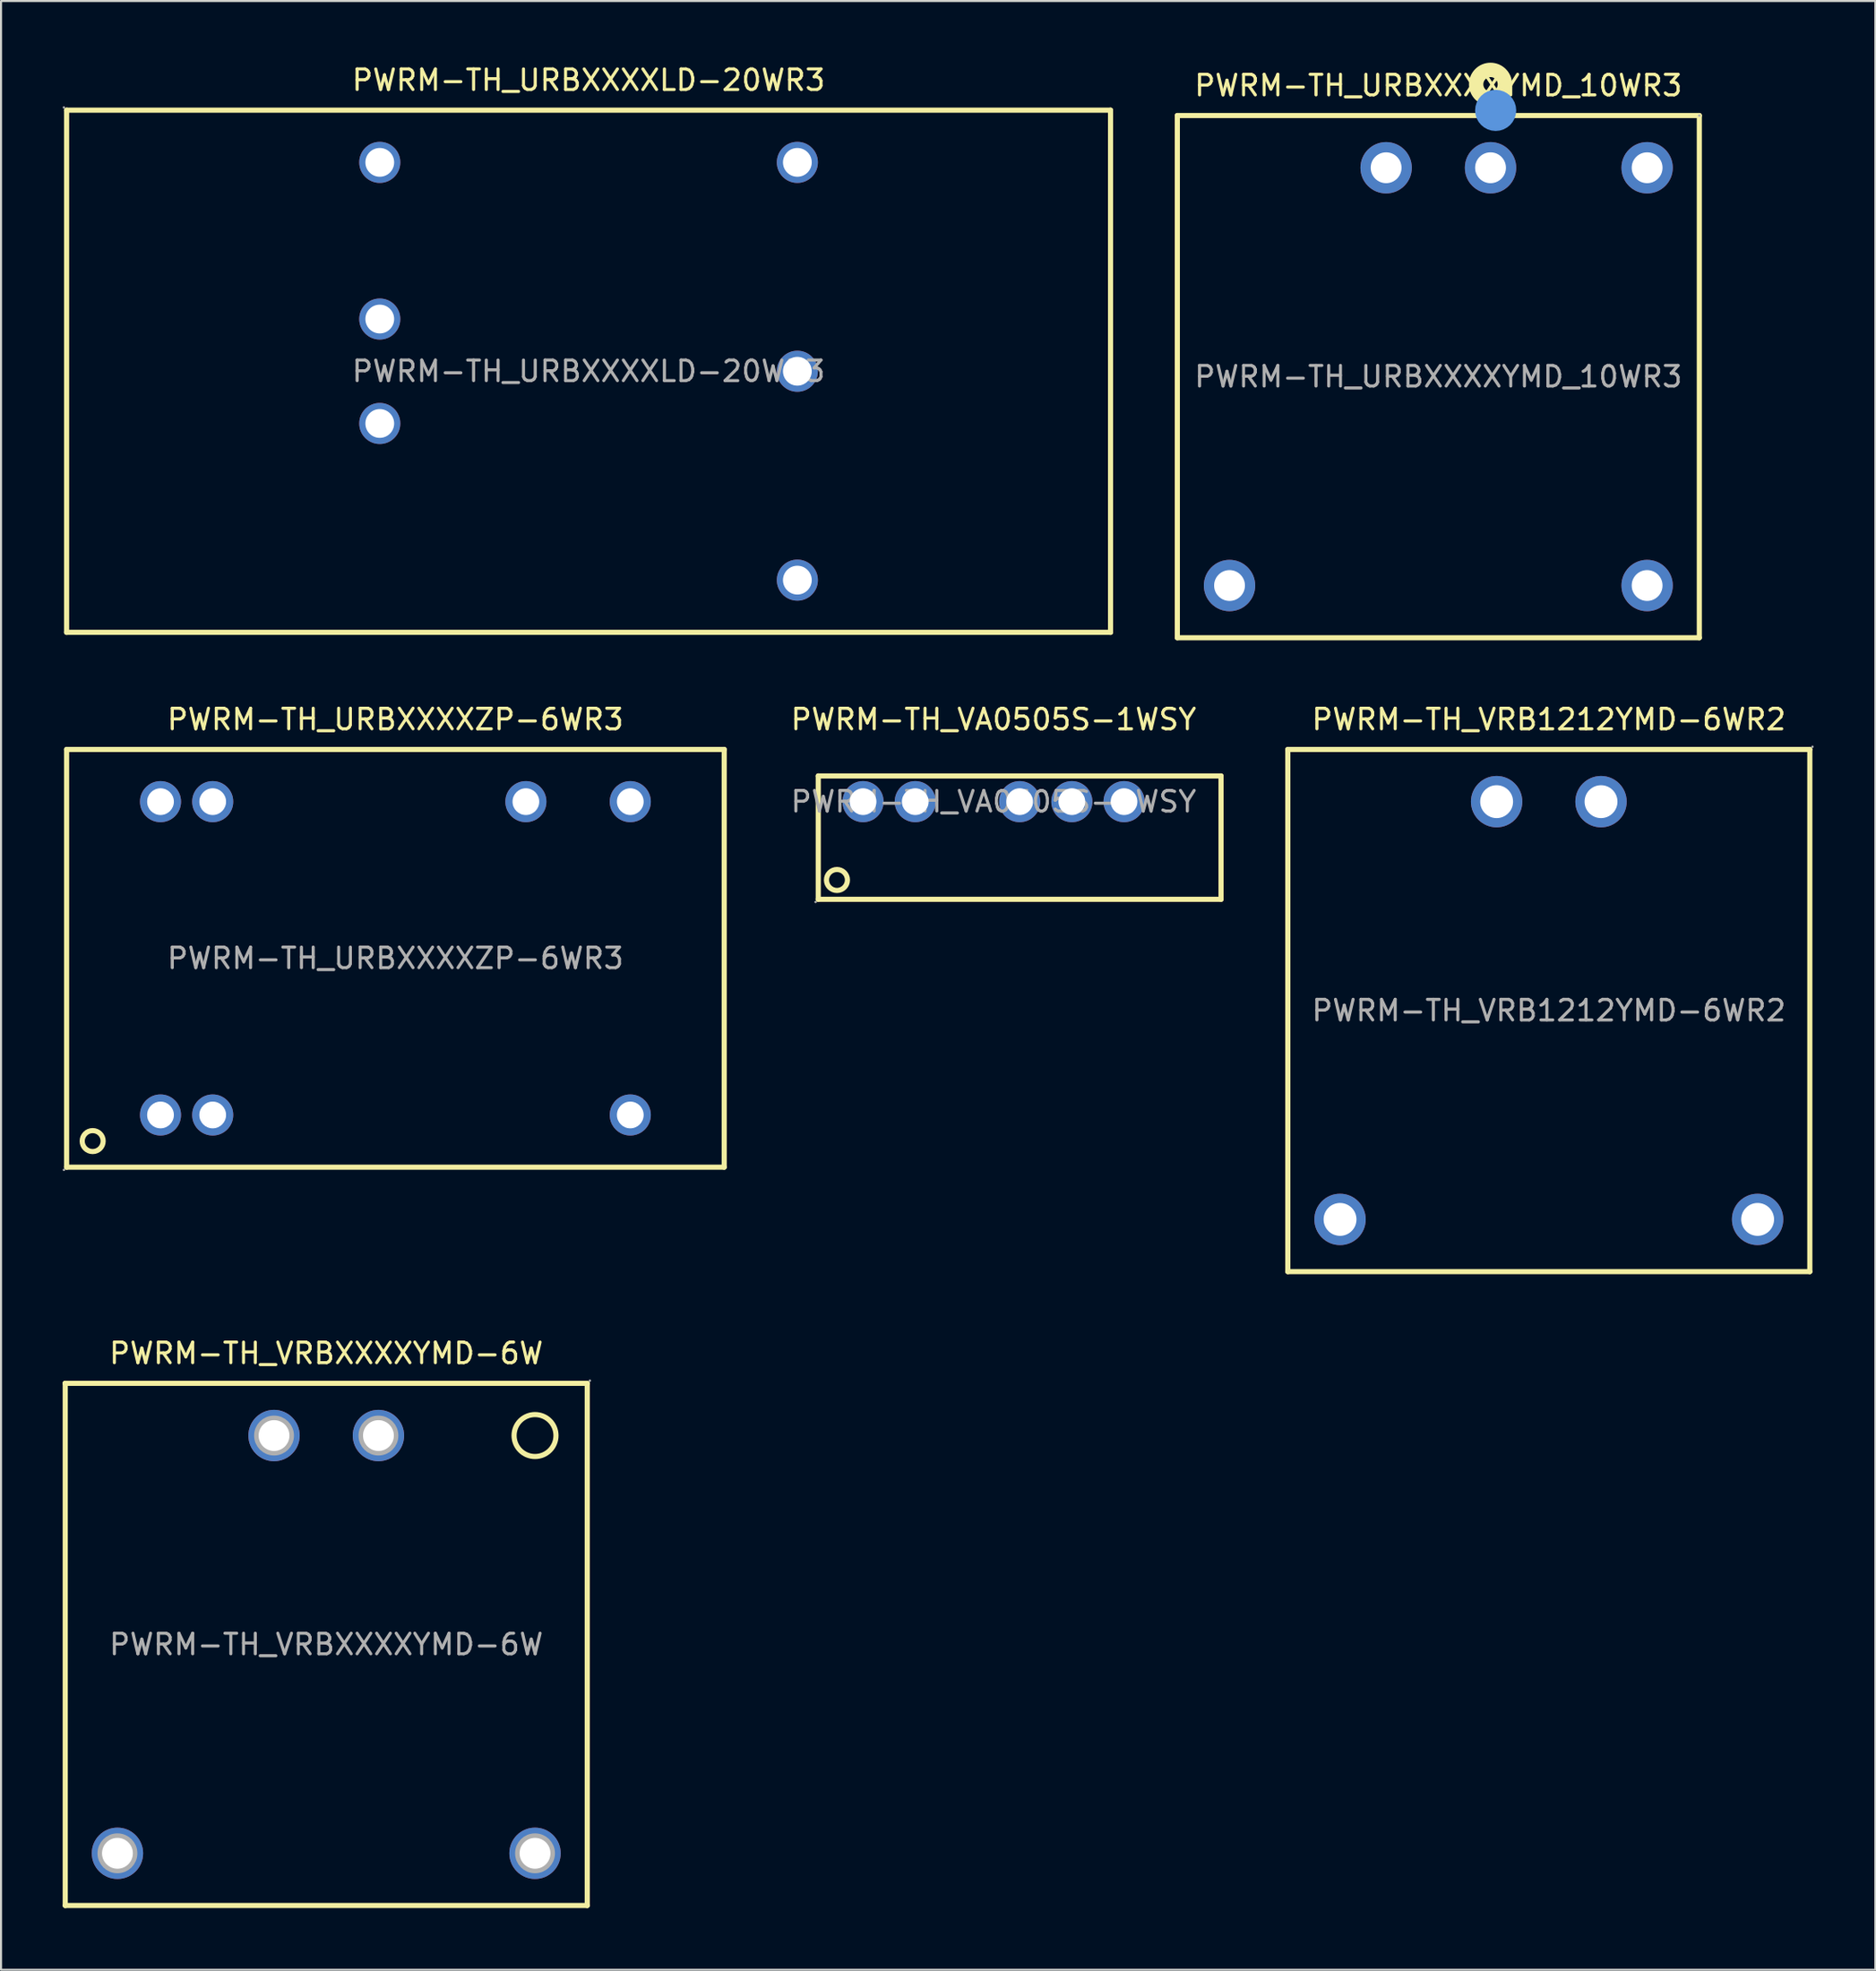
<source format=kicad_pcb>
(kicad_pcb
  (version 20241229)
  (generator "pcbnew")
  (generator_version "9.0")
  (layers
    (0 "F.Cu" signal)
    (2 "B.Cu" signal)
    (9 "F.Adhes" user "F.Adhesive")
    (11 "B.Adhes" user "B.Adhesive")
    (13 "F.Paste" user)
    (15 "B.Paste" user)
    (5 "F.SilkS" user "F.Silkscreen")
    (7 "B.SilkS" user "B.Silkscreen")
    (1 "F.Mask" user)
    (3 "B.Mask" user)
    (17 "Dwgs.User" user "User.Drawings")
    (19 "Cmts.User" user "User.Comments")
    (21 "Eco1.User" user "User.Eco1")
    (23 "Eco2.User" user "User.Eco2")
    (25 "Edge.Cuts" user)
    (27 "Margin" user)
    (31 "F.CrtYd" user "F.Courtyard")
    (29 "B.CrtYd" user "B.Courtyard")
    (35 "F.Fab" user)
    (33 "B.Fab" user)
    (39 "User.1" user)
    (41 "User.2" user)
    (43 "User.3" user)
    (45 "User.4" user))
  (footprint "PWRM-TH_VRB1212YMD-6WR2"
    (layer "F.Cu")
    (at 72.317 46.103)
    (property "Reference" "PWRM-TH_VRB1212YMD-6WR2" (at 0 -14.16 0) (layer "F.SilkS") (effects (font (size 1 1) (thickness 0.15))))
    (attr through_hole)
    (fp_line (start -12.7 -12.7) (end 12.7 -12.7) (stroke (width 0.25) (type solid)) (layer "F.SilkS"))
    (fp_line (start -12.7 12.7) (end -12.7 -12.7) (stroke (width 0.25) (type solid)) (layer "F.SilkS"))
    (fp_line (start 12.7 -12.7) (end 12.7 12.7) (stroke (width 0.25) (type solid)) (layer "F.SilkS"))
    (fp_line (start 12.7 12.7) (end -12.7 12.7) (stroke (width 0.25) (type solid)) (layer "F.SilkS"))
    (fp_circle (center -10.16 10.16) (end -9.81 10.16) (stroke (width 0.7) (type solid)) (fill no) (layer "F.Fab"))
    (fp_circle (center -2.54 -10.16) (end -2.19 -10.16) (stroke (width 0.7) (type solid)) (fill no) (layer "F.Fab"))
    (fp_circle (center 2.54 -10.16) (end 2.89 -10.16) (stroke (width 0.7) (type solid)) (fill no) (layer "F.Fab"))
    (fp_circle (center 10.16 10.16) (end 10.51 10.16) (stroke (width 0.7) (type solid)) (fill no) (layer "F.Fab"))
    (fp_circle (center 12.83 -12.83) (end 12.86 -12.83) (stroke (width 0.06) (type solid)) (fill no) (layer "F.Fab"))
    (fp_text user "${REFERENCE}" (at 0 0 0) (layer "F.Fab") (effects (font (size 1 1) (thickness 0.15))))
    (pad "1" thru_hole circle (at 2.54 -10.16) (size 2.5 2.5) (drill 1.6) (layers "*.Cu" "*.Paste" "*.Mask"))
    (pad "2" thru_hole circle (at -2.54 -10.16) (size 2.5 2.5) (drill 1.6) (layers "*.Cu" "*.Paste" "*.Mask"))
    (pad "3" thru_hole circle (at -10.16 10.16) (size 2.5 2.5) (drill 1.6) (layers "*.Cu" "*.Paste" "*.Mask"))
    (pad "5" thru_hole circle (at 10.16 10.16) (size 2.5 2.5) (drill 1.6) (layers "*.Cu" "*.Paste" "*.Mask")))
  (footprint "PWRM-TH_URBXXXXLD-20WR3"
    (layer "F.Cu")
    (at 25.59 15.008)
    (property "Reference" "PWRM-TH_URBXXXXLD-20WR3" (at 0 -14.16 0) (layer "F.SilkS") (effects (font (size 1 1) (thickness 0.15))))
    (attr through_hole)
    (fp_line (start -25.4 -12.7) (end 25.4 -12.7) (stroke (width 0.25) (type solid)) (layer "F.SilkS"))
    (fp_line (start -25.4 12.7) (end -25.4 -12.7) (stroke (width 0.25) (type solid)) (layer "F.SilkS"))
    (fp_line (start 25.4 -12.7) (end 25.4 12.7) (stroke (width 0.25) (type solid)) (layer "F.SilkS"))
    (fp_line (start 25.4 12.7) (end -25.4 12.7) (stroke (width 0.25) (type solid)) (layer "F.SilkS"))
    (fp_circle (center -25.53 -12.83) (end -25.5 -12.83) (stroke (width 0.06) (type solid)) (fill no) (layer "F.Fab"))
    (fp_circle (center -10.16 -10.16) (end -9.86 -10.16) (stroke (width 0.6) (type solid)) (fill no) (layer "F.Fab"))
    (fp_circle (center -10.16 -2.54) (end -9.86 -2.54) (stroke (width 0.6) (type solid)) (fill no) (layer "F.Fab"))
    (fp_circle (center -10.16 2.54) (end -9.86 2.54) (stroke (width 0.6) (type solid)) (fill no) (layer "F.Fab"))
    (fp_circle (center 10.16 -10.16) (end 10.46 -10.16) (stroke (width 0.6) (type solid)) (fill no) (layer "F.Fab"))
    (fp_circle (center 10.16 0) (end 10.46 0) (stroke (width 0.6) (type solid)) (fill no) (layer "F.Fab"))
    (fp_circle (center 10.16 10.16) (end 10.46 10.16) (stroke (width 0.6) (type solid)) (fill no) (layer "F.Fab"))
    (fp_text user "${REFERENCE}" (at 0 0 0) (layer "F.Fab") (effects (font (size 1 1) (thickness 0.15))))
    (pad "1" thru_hole circle (at -10.16 -2.54) (size 2 2) (drill 1.4) (layers "*.Cu" "*.Paste" "*.Mask"))
    (pad "2" thru_hole circle (at -10.16 2.54) (size 2 2) (drill 1.4) (layers "*.Cu" "*.Paste" "*.Mask"))
    (pad "3" thru_hole circle (at 10.16 10.16) (size 2 2) (drill 1.4) (layers "*.Cu" "*.Paste" "*.Mask"))
    (pad "4" thru_hole circle (at 10.16 0) (size 2 2) (drill 1.4) (layers "*.Cu" "*.Paste" "*.Mask"))
    (pad "5" thru_hole circle (at 10.16 -10.16) (size 2 2) (drill 1.4) (layers "*.Cu" "*.Paste" "*.Mask"))
    (pad "6" thru_hole circle (at -10.16 -10.16) (size 2 2) (drill 1.4) (layers "*.Cu" "*.Paste" "*.Mask")))
  (footprint "PWRM-TH_URBXXXXZP-6WR3"
    (layer "F.Cu")
    (at 16.19 43.563)
    (property "Reference" "PWRM-TH_URBXXXXZP-6WR3" (at 0 -11.62 0) (layer "F.SilkS") (effects (font (size 1 1) (thickness 0.15))))
    (attr through_hole)
    (fp_line (start -16 -10.16) (end -16 10.16) (stroke (width 0.25) (type solid)) (layer "F.SilkS"))
    (fp_line (start -16 -10.16) (end 16 -10.16) (stroke (width 0.25) (type solid)) (layer "F.SilkS"))
    (fp_line (start -16 10.16) (end 16 10.16) (stroke (width 0.25) (type solid)) (layer "F.SilkS"))
    (fp_line (start 16 -10.16) (end 16 10.16) (stroke (width 0.25) (type solid)) (layer "F.SilkS"))
    (fp_circle (center -14.73 8.89) (end -14.22 8.89) (stroke (width 0.25) (type solid)) (fill no) (layer "F.SilkS"))
    (fp_circle (center -16.13 10.29) (end -16.1 10.29) (stroke (width 0.06) (type solid)) (fill no) (layer "F.Fab"))
    (fp_circle (center -11.43 -7.62) (end -11.15 -7.62) (stroke (width 0.55) (type solid)) (fill no) (layer "F.Fab"))
    (fp_circle (center -11.43 7.62) (end -11.15 7.62) (stroke (width 0.55) (type solid)) (fill no) (layer "F.Fab"))
    (fp_circle (center -8.89 -7.62) (end -8.61 -7.62) (stroke (width 0.55) (type solid)) (fill no) (layer "F.Fab"))
    (fp_circle (center -8.89 7.62) (end -8.61 7.62) (stroke (width 0.55) (type solid)) (fill no) (layer "F.Fab"))
    (fp_circle (center 6.35 -7.62) (end 6.63 -7.62) (stroke (width 0.55) (type solid)) (fill no) (layer "F.Fab"))
    (fp_circle (center 11.43 -7.62) (end 11.71 -7.62) (stroke (width 0.55) (type solid)) (fill no) (layer "F.Fab"))
    (fp_circle (center 11.43 7.62) (end 11.71 7.62) (stroke (width 0.55) (type solid)) (fill no) (layer "F.Fab"))
    (fp_text user "${REFERENCE}" (at 0 0 0) (layer "F.Fab") (effects (font (size 1 1) (thickness 0.15))))
    (pad "2" thru_hole circle (at -11.43 7.62) (size 2 2) (drill 1.3) (layers "*.Cu" "*.Paste" "*.Mask"))
    (pad "3" thru_hole circle (at -8.89 7.62) (size 2 2) (drill 1.3) (layers "*.Cu" "*.Paste" "*.Mask"))
    (pad "11" thru_hole circle (at 11.43 7.62) (size 2 2) (drill 1.3) (layers "*.Cu" "*.Paste" "*.Mask"))
    (pad "14" thru_hole circle (at 11.43 -7.62) (size 2 2) (drill 1.3) (layers "*.Cu" "*.Paste" "*.Mask"))
    (pad "16" thru_hole circle (at 6.35 -7.62) (size 2 2) (drill 1.3) (layers "*.Cu" "*.Paste" "*.Mask"))
    (pad "22" thru_hole circle (at -8.89 -7.62) (size 2 2) (drill 1.3) (layers "*.Cu" "*.Paste" "*.Mask"))
    (pad "23" thru_hole circle (at -11.43 -7.62) (size 2 2) (drill 1.3) (layers "*.Cu" "*.Paste" "*.Mask")))
  (footprint "PWRM-TH_URBXXXXYMD_10WR3"
    (layer "F.Cu")
    (at 66.94 15.27)
    (property "Reference" "PWRM-TH_URBXXXXYMD_10WR3" (at 0 -14.16 0) (layer "F.SilkS") (effects (font (size 1 1) (thickness 0.15))))
    (attr through_hole)
    (fp_line (start -12.7 -12.7) (end 12.7 -12.7) (stroke (width 0.25) (type solid)) (layer "F.SilkS"))
    (fp_line (start -12.7 12.7) (end -12.7 -12.7) (stroke (width 0.25) (type solid)) (layer "F.SilkS"))
    (fp_line (start 12.7 -12.7) (end 12.7 12.7) (stroke (width 0.25) (type solid)) (layer "F.SilkS"))
    (fp_line (start 12.7 12.7) (end -12.7 12.7) (stroke (width 0.25) (type solid)) (layer "F.SilkS"))
    (fp_circle (center 2.54 -14.22) (end 3.24 -14.22) (stroke (width 0.7) (type solid)) (fill no) (layer "F.SilkS"))
    (fp_circle (center 2.79 -12.95) (end 3.29 -12.95) (stroke (width 1) (type solid)) (fill no) (layer "Cmts.User"))
    (fp_circle (center -10.16 10.16) (end -9.91 10.16) (stroke (width 0.5) (type solid)) (fill no) (layer "F.Fab"))
    (fp_circle (center -2.54 -10.16) (end -2.29 -10.16) (stroke (width 0.5) (type solid)) (fill no) (layer "F.Fab"))
    (fp_circle (center 2.54 -10.16) (end 2.79 -10.16) (stroke (width 0.5) (type solid)) (fill no) (layer "F.Fab"))
    (fp_circle (center 10.16 -10.16) (end 10.41 -10.16) (stroke (width 0.5) (type solid)) (fill no) (layer "F.Fab"))
    (fp_circle (center 10.16 10.16) (end 10.41 10.16) (stroke (width 0.5) (type solid)) (fill no) (layer "F.Fab"))
    (fp_circle (center 12.7 -12.7) (end 12.73 -12.7) (stroke (width 0.06) (type solid)) (fill no) (layer "F.Fab"))
    (fp_text user "${REFERENCE}" (at 0 0 0) (layer "F.Fab") (effects (font (size 1 1) (thickness 0.15))))
    (pad "1" thru_hole circle (at 2.54 -10.16) (size 2.5 2.5) (drill 1.5) (layers "*.Cu" "*.Paste" "*.Mask"))
    (pad "2" thru_hole circle (at -2.54 -10.16) (size 2.5 2.5) (drill 1.5) (layers "*.Cu" "*.Paste" "*.Mask"))
    (pad "3" thru_hole circle (at -10.16 10.16) (size 2.5 2.5) (drill 1.5) (layers "*.Cu" "*.Paste" "*.Mask"))
    (pad "5" thru_hole circle (at 10.16 10.16) (size 2.5 2.5) (drill 1.5) (layers "*.Cu" "*.Paste" "*.Mask"))
    (pad "6" thru_hole circle (at 10.16 -10.16) (size 2.5 2.5) (drill 1.5) (layers "*.Cu" "*.Paste" "*.Mask")))
  (footprint "PWRM-TH_VA0505S-1WSY"
    (layer "F.Cu")
    (at 45.297 35.943)
    (property "Reference" "PWRM-TH_VA0505S-1WSY" (at 0 -4 0) (layer "F.SilkS") (effects (font (size 1 1) (thickness 0.15))))
    (attr through_hole)
    (fp_line (start -8.53 -1.25) (end 11.07 -1.25) (stroke (width 0.25) (type solid)) (layer "F.SilkS"))
    (fp_line (start -8.53 4.75) (end -8.53 -1.25) (stroke (width 0.25) (type solid)) (layer "F.SilkS"))
    (fp_line (start 11.07 -1.25) (end 11.07 4.75) (stroke (width 0.25) (type solid)) (layer "F.SilkS"))
    (fp_line (start 11.07 4.75) (end -8.53 4.75) (stroke (width 0.25) (type solid)) (layer "F.SilkS"))
    (fp_circle (center -7.62 3.81) (end -7.11 3.81) (stroke (width 0.25) (type solid)) (fill no) (layer "F.SilkS"))
    (fp_circle (center -8.66 4.88) (end -8.63 4.88) (stroke (width 0.06) (type solid)) (fill no) (layer "F.Fab"))
    (fp_circle (center -6.35 0) (end -6.07 0) (stroke (width 0.55) (type solid)) (fill no) (layer "F.Fab"))
    (fp_circle (center -3.81 0) (end -3.53 0) (stroke (width 0.55) (type solid)) (fill no) (layer "F.Fab"))
    (fp_circle (center 1.27 0) (end 1.55 0) (stroke (width 0.55) (type solid)) (fill no) (layer "F.Fab"))
    (fp_circle (center 3.81 0) (end 4.09 0) (stroke (width 0.55) (type solid)) (fill no) (layer "F.Fab"))
    (fp_circle (center 6.35 0) (end 6.63 0) (stroke (width 0.55) (type solid)) (fill no) (layer "F.Fab"))
    (fp_text user "${REFERENCE}" (at 0 0 0) (layer "F.Fab") (effects (font (size 1 1) (thickness 0.15))))
    (pad "1" thru_hole circle (at -6.35 0) (size 2 2) (drill 1.3) (layers "*.Cu" "*.Paste" "*.Mask"))
    (pad "2" thru_hole circle (at -3.81 0) (size 2 2) (drill 1.3) (layers "*.Cu" "*.Paste" "*.Mask"))
    (pad "4" thru_hole circle (at 1.27 0) (size 2 2) (drill 1.3) (layers "*.Cu" "*.Paste" "*.Mask"))
    (pad "5" thru_hole circle (at 3.81 0) (size 2 2) (drill 1.3) (layers "*.Cu" "*.Paste" "*.Mask"))
    (pad "6" thru_hole circle (at 6.35 0) (size 2 2) (drill 1.3) (layers "*.Cu" "*.Paste" "*.Mask")))
  (footprint "PWRM-TH_VRBXXXXYMD-6W"
    (layer "F.Cu")
    (at 12.825 76.936)
    (property "Reference" "PWRM-TH_VRBXXXXYMD-6W" (at 0 -14.16 0) (layer "F.SilkS") (effects (font (size 1 1) (thickness 0.15))))
    (attr through_hole)
    (fp_line (start -12.7 -12.7) (end -12.7 -12.7) (stroke (width 0.25) (type solid)) (layer "F.SilkS"))
    (fp_line (start -12.7 -12.7) (end 12.7 -12.7) (stroke (width 0.25) (type solid)) (layer "F.SilkS"))
    (fp_line (start -12.7 12.7) (end -12.7 -12.7) (stroke (width 0.25) (type solid)) (layer "F.SilkS"))
    (fp_line (start 12.7 -12.7) (end 12.7 12.7) (stroke (width 0.25) (type solid)) (layer "F.SilkS"))
    (fp_line (start 12.7 12.7) (end -12.7 12.7) (stroke (width 0.25) (type solid)) (layer "F.SilkS"))
    (fp_circle (center 10.16 -10.16) (end 11.18 -10.16) (stroke (width 0.25) (type solid)) (fill no) (layer "F.SilkS"))
    (fp_circle (center -10.16 10.16) (end -9.84 10.16) (stroke (width 0.65) (type solid)) (fill no) (layer "F.Fab"))
    (fp_circle (center -2.54 -10.16) (end -2.22 -10.16) (stroke (width 0.65) (type solid)) (fill no) (layer "F.Fab"))
    (fp_circle (center 2.54 -10.16) (end 2.86 -10.16) (stroke (width 0.65) (type solid)) (fill no) (layer "F.Fab"))
    (fp_circle (center 10.16 10.16) (end 10.48 10.16) (stroke (width 0.65) (type solid)) (fill no) (layer "F.Fab"))
    (fp_circle (center 12.83 -12.83) (end 12.86 -12.83) (stroke (width 0.06) (type solid)) (fill no) (layer "F.Fab"))
    (fp_text user "${REFERENCE}" (at 0 0 0) (layer "F.Fab") (effects (font (size 1 1) (thickness 0.15))))
    (pad "1" thru_hole circle (at 2.54 -10.16) (size 2.5 2.5) (drill 1.5) (layers "*.Cu" "*.Paste" "*.Mask"))
    (pad "2" thru_hole circle (at -2.54 -10.16) (size 2.5 2.5) (drill 1.5) (layers "*.Cu" "*.Paste" "*.Mask"))
    (pad "3" thru_hole circle (at -10.16 10.16) (size 2.5 2.5) (drill 1.5) (layers "*.Cu" "*.Paste" "*.Mask"))
    (pad "5" thru_hole circle (at 10.16 10.16) (size 2.5 2.5) (drill 1.5) (layers "*.Cu" "*.Paste" "*.Mask")))
  (gr_rect
    (start -3 -3)
    (end 88.207 92.761)
    (stroke (width 0.1) (type default))
    (fill no)
    (layer "Edge.Cuts")))
</source>
